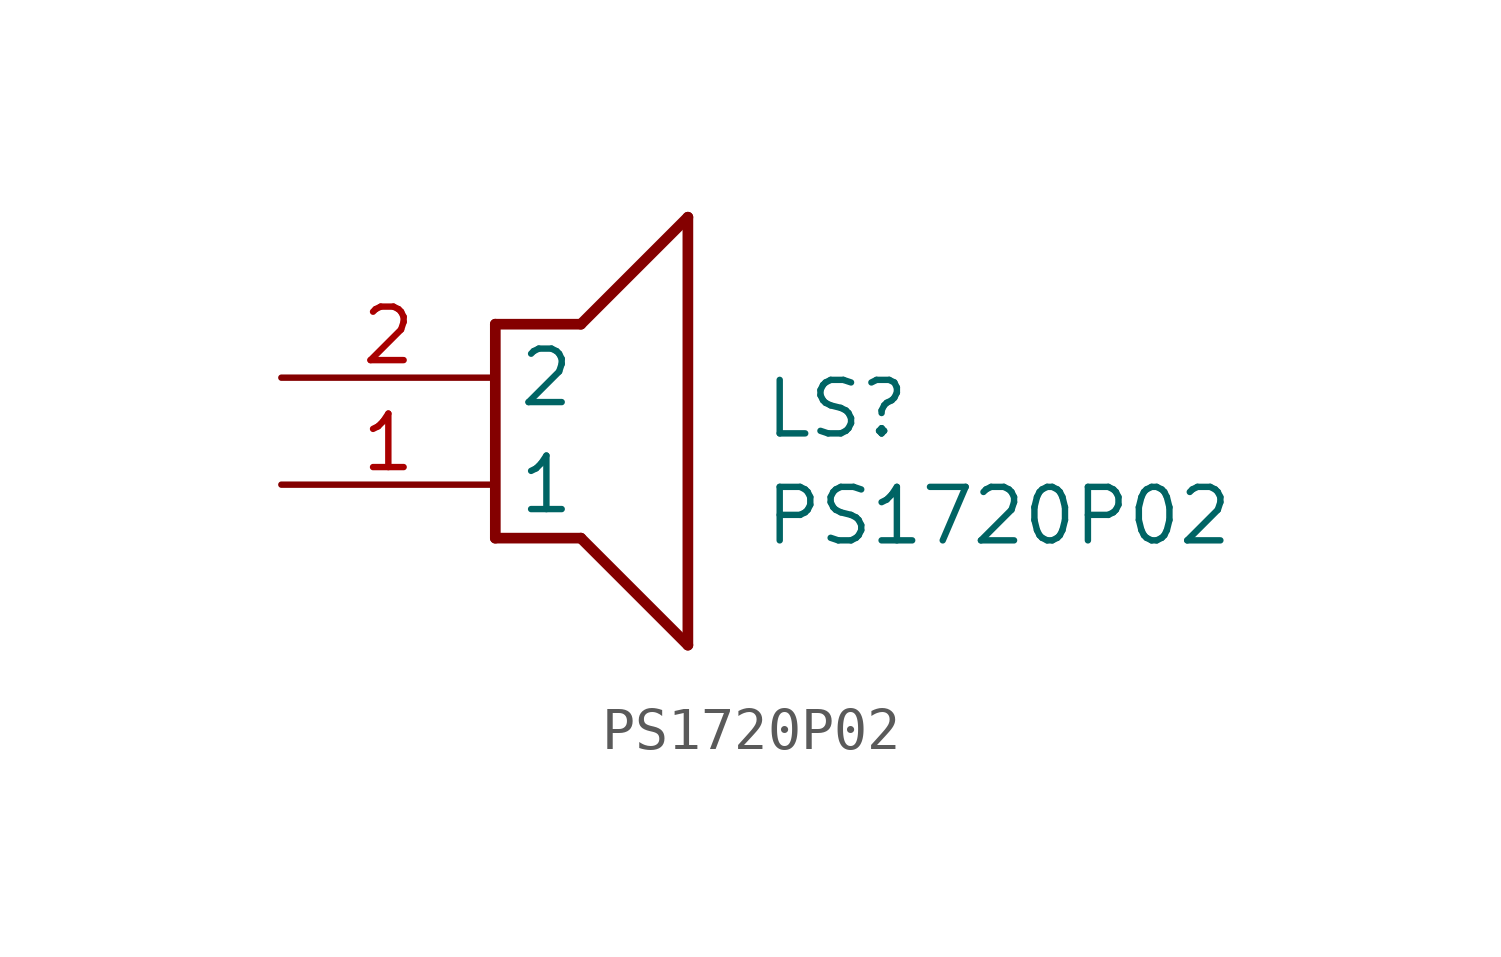
<source format=kicad_sym>
(kicad_symbol_lib
  (version 20241209)
  (generator "kicad_symbol_editor")
  (generator_version "9.0")
  (symbol "PS1720P02"
    (property "Reference" "LS"
      (at 11.43 0 0)
      (effects (font (size 1.27 1.27)) (justify left top)))
    (property "Value" "PS1720P02"
      (at 11.43 -2.54 0)
      (effects (font (size 1.27 1.27)) (justify left top)))
    (symbol "PS1720P02_1_1"
      (polyline (pts (xy 5.08 1.27) (xy 5.08 -3.81)) (stroke (width 0.254) (type default)) (fill (type none)))
      (polyline (pts (xy 5.08 1.27) (xy 7.112 1.27)) (stroke (width 0.254) (type default)) (fill (type none)))
      (polyline (pts (xy 7.112 -3.81) (xy 5.08 -3.81)) (stroke (width 0.254) (type default)) (fill (type none)))
      (polyline (pts (xy 7.112 -3.81) (xy 9.652 -6.35)) (stroke (width 0.254) (type default)) (fill (type none)))
      (polyline (pts (xy 9.652 3.81) (xy 7.112 1.27)) (stroke (width 0.254) (type default)) (fill (type none)))
      (polyline (pts (xy 9.652 3.81) (xy 9.652 -6.35)) (stroke (width 0.254) (type default)) (fill (type none)))
      (pin passive line (at 0 0 0) (length 5.08) (name "2" (effects (font (size 1.27 1.27)))) (number "2" (effects (font (size 1.27 1.27)))))
      (pin passive line (at 0 -2.54 0) (length 5.08) (name "1" (effects (font (size 1.27 1.27)))) (number "1" (effects (font (size 1.27 1.27))))))))
</source>
